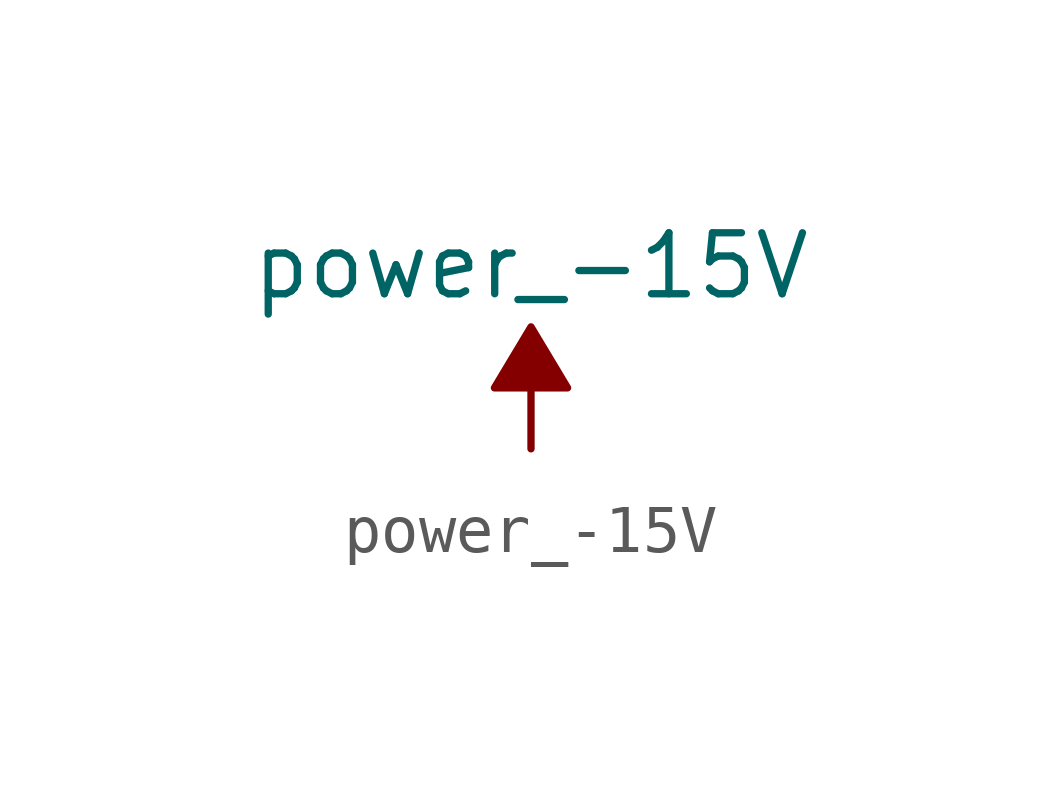
<source format=kicad_sym>
(kicad_symbol_lib
  (version 20211014)
  (generator kicad_symbol_editor)
  (symbol "power_-15V"
    (power)
    (pin_names
      (offset 0))
    (property "Reference" "#PWR"
      (at 0 2.54 0)
      (effects (font (size 1.27 1.27)) hide))
    (property "Value" "power_-15V"
      (at 0 3.81 0)
      (effects (font (size 1.27 1.27))))
    (symbol "power_-15V_0_0"
      (pin power_in line (at 0 0 90) (length 0) hide (name "-15V" (effects (font (size 1.27 1.27)))) (number "1" (effects (font (size 1.27 1.27))))))
    (symbol "power_-15V_0_1"
      (polyline (pts (xy 0 0) (xy 0 1.27) (xy 0.762 1.27) (xy 0 2.54) (xy -0.762 1.27) (xy 0 1.27)) (stroke (width 0) (type default) (color 0 0 0 0)) (fill (type outline))))))
</source>
